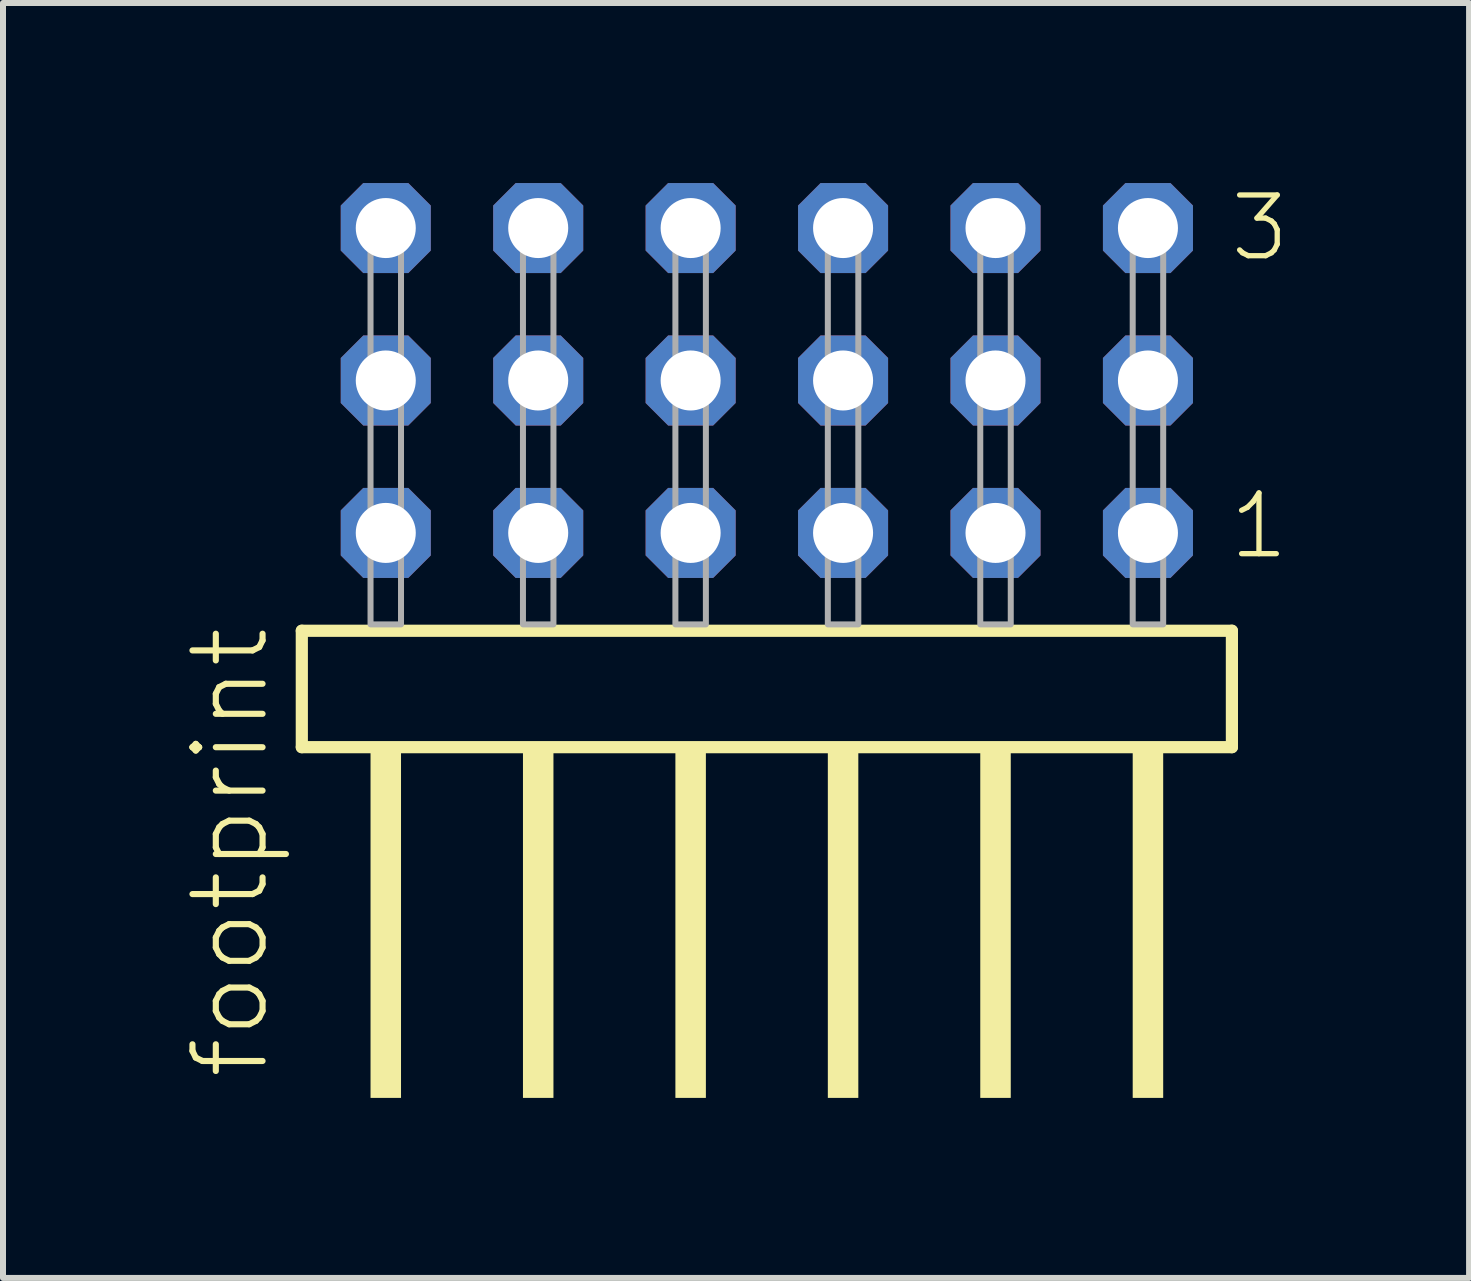
<source format=kicad_pcb>
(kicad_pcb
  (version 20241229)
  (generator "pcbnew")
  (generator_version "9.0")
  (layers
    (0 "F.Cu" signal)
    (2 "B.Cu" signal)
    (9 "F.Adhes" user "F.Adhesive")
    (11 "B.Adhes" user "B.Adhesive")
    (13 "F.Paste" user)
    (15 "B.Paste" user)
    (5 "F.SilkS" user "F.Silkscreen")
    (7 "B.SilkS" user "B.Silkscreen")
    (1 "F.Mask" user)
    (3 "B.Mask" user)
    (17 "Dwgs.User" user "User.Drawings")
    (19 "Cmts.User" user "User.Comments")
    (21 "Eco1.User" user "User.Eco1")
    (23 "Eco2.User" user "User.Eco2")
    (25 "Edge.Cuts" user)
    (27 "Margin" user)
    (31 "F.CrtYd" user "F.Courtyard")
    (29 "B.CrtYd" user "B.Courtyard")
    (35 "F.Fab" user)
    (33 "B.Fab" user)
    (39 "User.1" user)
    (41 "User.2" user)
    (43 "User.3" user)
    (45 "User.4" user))
  (footprint "footprint"
    (layer "F.Cu")
    (at 9.728 7.354)
    (property "Reference" "footprint" (at -8.255 7.62 90) (layer "F.SilkS") (effects (font (size 1.168 1.168) (thickness 0.102)) (justify left bottom)))
    (fp_line (start -7.749 0.106) (end -7.749 2.046) (stroke (width 0.203) (type solid)) (layer "F.SilkS"))
    (fp_line (start -7.749 2.046) (end 7.749 2.046) (stroke (width 0.203) (type solid)) (layer "F.SilkS"))
    (fp_line (start 7.749 0.106) (end -7.749 0.106) (stroke (width 0.203) (type solid)) (layer "F.SilkS"))
    (fp_line (start 7.749 2.046) (end 7.749 0.106) (stroke (width 0.203) (type solid)) (layer "F.SilkS"))
    (fp_poly (pts (xy -6.604 7.89) (xy -6.096 7.89) (xy -6.096 2.04) (xy -6.604 2.04)) (stroke (width 0) (type solid)) (fill yes) (layer "F.SilkS"))
    (fp_poly (pts (xy -4.064 7.89) (xy -3.556 7.89) (xy -3.556 2.04) (xy -4.064 2.04)) (stroke (width 0) (type solid)) (fill yes) (layer "F.SilkS"))
    (fp_poly (pts (xy -1.524 7.89) (xy -1.016 7.89) (xy -1.016 2.04) (xy -1.524 2.04)) (stroke (width 0) (type solid)) (fill yes) (layer "F.SilkS"))
    (fp_poly (pts (xy 1.016 7.89) (xy 1.524 7.89) (xy 1.524 2.04) (xy 1.016 2.04)) (stroke (width 0) (type solid)) (fill yes) (layer "F.SilkS"))
    (fp_poly (pts (xy 3.556 7.89) (xy 4.064 7.89) (xy 4.064 2.04) (xy 3.556 2.04)) (stroke (width 0) (type solid)) (fill yes) (layer "F.SilkS"))
    (fp_poly (pts (xy 6.096 7.89) (xy 6.604 7.89) (xy 6.604 2.04) (xy 6.096 2.04)) (stroke (width 0) (type solid)) (fill yes) (layer "F.SilkS"))
    (fp_poly (pts (xy -6.604 0) (xy -6.096 0) (xy -6.096 -6.858) (xy -6.604 -6.858)) (stroke (width 0.1) (type solid)) (fill no) (layer "F.Fab"))
    (fp_poly (pts (xy -4.064 0) (xy -3.556 0) (xy -3.556 -6.858) (xy -4.064 -6.858)) (stroke (width 0.1) (type solid)) (fill no) (layer "F.Fab"))
    (fp_poly (pts (xy -1.524 0) (xy -1.016 0) (xy -1.016 -6.858) (xy -1.524 -6.858)) (stroke (width 0.1) (type solid)) (fill no) (layer "F.Fab"))
    (fp_poly (pts (xy 1.016 0) (xy 1.524 0) (xy 1.524 -6.858) (xy 1.016 -6.858)) (stroke (width 0.1) (type solid)) (fill no) (layer "F.Fab"))
    (fp_poly (pts (xy 3.556 0) (xy 4.064 0) (xy 4.064 -6.858) (xy 3.556 -6.858)) (stroke (width 0.1) (type solid)) (fill no) (layer "F.Fab"))
    (fp_poly (pts (xy 6.096 0) (xy 6.604 0) (xy 6.604 -6.858) (xy 6.096 -6.858)) (stroke (width 0.1) (type solid)) (fill no) (layer "F.Fab"))
    (fp_text user "1" (at 7.66 -1.05 0) (layer "F.SilkS") (effects (font (size 1.012 1.012) (thickness 0.088)) (justify left bottom)))
    (fp_text user "3" (at 7.675 -6.015 0) (layer "F.SilkS") (effects (font (size 1.012 1.012) (thickness 0.088)) (justify left bottom)))
    (pad "1" thru_hole roundrect (at 6.35 -1.524 180) (size 1.5 1.5) (drill 1) (layers "*.Cu" "*.Mask") (roundrect_rratio 0.25) (chamfer_ratio 0.25) (chamfer top_left top_right bottom_left bottom_right))
    (pad "2" thru_hole roundrect (at 6.35 -4.064 180) (size 1.5 1.5) (drill 1) (layers "*.Cu" "*.Mask") (roundrect_rratio 0.25) (chamfer_ratio 0.25) (chamfer top_left top_right bottom_left bottom_right))
    (pad "3" thru_hole roundrect (at 6.35 -6.604 180) (size 1.5 1.5) (drill 1) (layers "*.Cu" "*.Mask") (roundrect_rratio 0.25) (chamfer_ratio 0.25) (chamfer top_left top_right bottom_left bottom_right))
    (pad "4" thru_hole roundrect (at 3.81 -1.524 180) (size 1.5 1.5) (drill 1) (layers "*.Cu" "*.Mask") (roundrect_rratio 0.25) (chamfer_ratio 0.25) (chamfer top_left top_right bottom_left bottom_right))
    (pad "5" thru_hole roundrect (at 3.81 -4.064 180) (size 1.5 1.5) (drill 1) (layers "*.Cu" "*.Mask") (roundrect_rratio 0.25) (chamfer_ratio 0.25) (chamfer top_left top_right bottom_left bottom_right))
    (pad "6" thru_hole roundrect (at 3.81 -6.604 180) (size 1.5 1.5) (drill 1) (layers "*.Cu" "*.Mask") (roundrect_rratio 0.25) (chamfer_ratio 0.25) (chamfer top_left top_right bottom_left bottom_right))
    (pad "7" thru_hole roundrect (at 1.27 -1.524 180) (size 1.5 1.5) (drill 1) (layers "*.Cu" "*.Mask") (roundrect_rratio 0.25) (chamfer_ratio 0.25) (chamfer top_left top_right bottom_left bottom_right))
    (pad "8" thru_hole roundrect (at 1.27 -4.064 180) (size 1.5 1.5) (drill 1) (layers "*.Cu" "*.Mask") (roundrect_rratio 0.25) (chamfer_ratio 0.25) (chamfer top_left top_right bottom_left bottom_right))
    (pad "9" thru_hole roundrect (at 1.27 -6.604 180) (size 1.5 1.5) (drill 1) (layers "*.Cu" "*.Mask") (roundrect_rratio 0.25) (chamfer_ratio 0.25) (chamfer top_left top_right bottom_left bottom_right))
    (pad "10" thru_hole roundrect (at -1.27 -1.524 180) (size 1.5 1.5) (drill 1) (layers "*.Cu" "*.Mask") (roundrect_rratio 0.25) (chamfer_ratio 0.25) (chamfer top_left top_right bottom_left bottom_right))
    (pad "11" thru_hole roundrect (at -1.27 -4.064 180) (size 1.5 1.5) (drill 1) (layers "*.Cu" "*.Mask") (roundrect_rratio 0.25) (chamfer_ratio 0.25) (chamfer top_left top_right bottom_left bottom_right))
    (pad "12" thru_hole roundrect (at -1.27 -6.604 180) (size 1.5 1.5) (drill 1) (layers "*.Cu" "*.Mask") (roundrect_rratio 0.25) (chamfer_ratio 0.25) (chamfer top_left top_right bottom_left bottom_right))
    (pad "13" thru_hole roundrect (at -3.81 -1.524 180) (size 1.5 1.5) (drill 1) (layers "*.Cu" "*.Mask") (roundrect_rratio 0.25) (chamfer_ratio 0.25) (chamfer top_left top_right bottom_left bottom_right))
    (pad "14" thru_hole roundrect (at -3.81 -4.064 180) (size 1.5 1.5) (drill 1) (layers "*.Cu" "*.Mask") (roundrect_rratio 0.25) (chamfer_ratio 0.25) (chamfer top_left top_right bottom_left bottom_right))
    (pad "15" thru_hole roundrect (at -3.81 -6.604 180) (size 1.5 1.5) (drill 1) (layers "*.Cu" "*.Mask") (roundrect_rratio 0.25) (chamfer_ratio 0.25) (chamfer top_left top_right bottom_left bottom_right))
    (pad "16" thru_hole roundrect (at -6.35 -1.524 180) (size 1.5 1.5) (drill 1) (layers "*.Cu" "*.Mask") (roundrect_rratio 0.25) (chamfer_ratio 0.25) (chamfer top_left top_right bottom_left bottom_right))
    (pad "17" thru_hole roundrect (at -6.35 -4.064 180) (size 1.5 1.5) (drill 1) (layers "*.Cu" "*.Mask") (roundrect_rratio 0.25) (chamfer_ratio 0.25) (chamfer top_left top_right bottom_left bottom_right))
    (pad "18" thru_hole roundrect (at -6.35 -6.604 180) (size 1.5 1.5) (drill 1) (layers "*.Cu" "*.Mask") (roundrect_rratio 0.25) (chamfer_ratio 0.25) (chamfer top_left top_right bottom_left bottom_right)))
  (gr_rect
    (start -3 -3)
    (end 21.429 18.244)
    (stroke (width 0.1) (type default))
    (fill no)
    (layer "Edge.Cuts")))
</source>
